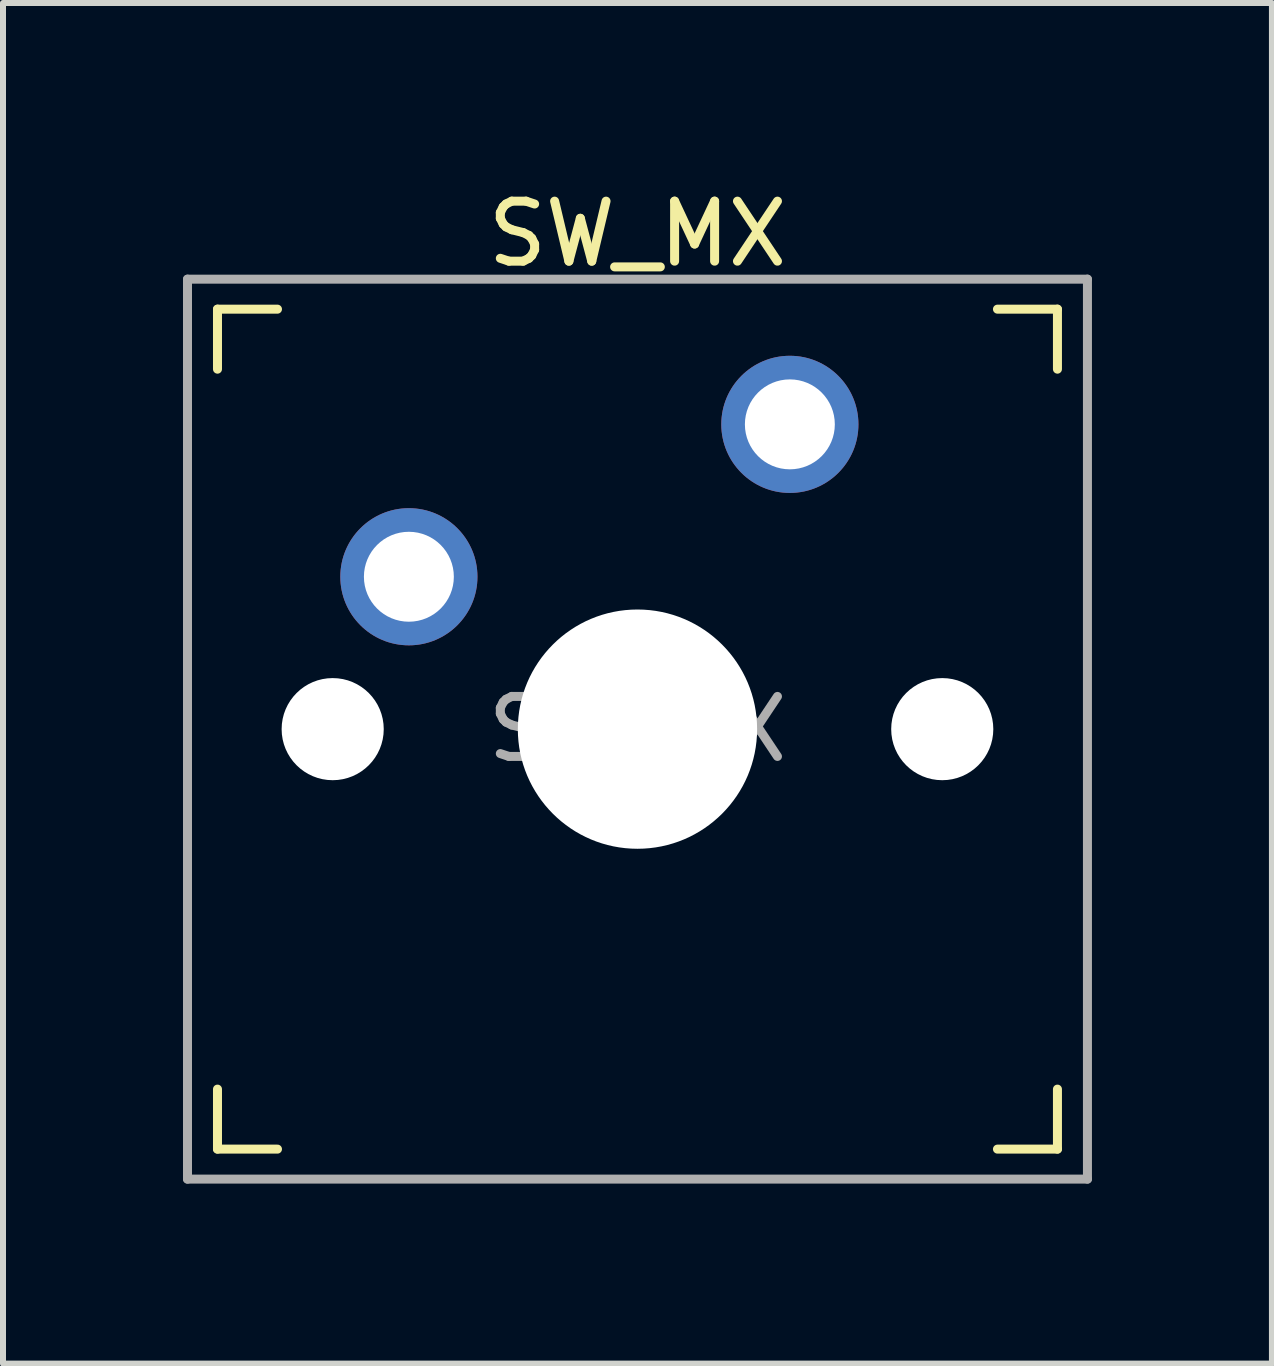
<source format=kicad_pcb>
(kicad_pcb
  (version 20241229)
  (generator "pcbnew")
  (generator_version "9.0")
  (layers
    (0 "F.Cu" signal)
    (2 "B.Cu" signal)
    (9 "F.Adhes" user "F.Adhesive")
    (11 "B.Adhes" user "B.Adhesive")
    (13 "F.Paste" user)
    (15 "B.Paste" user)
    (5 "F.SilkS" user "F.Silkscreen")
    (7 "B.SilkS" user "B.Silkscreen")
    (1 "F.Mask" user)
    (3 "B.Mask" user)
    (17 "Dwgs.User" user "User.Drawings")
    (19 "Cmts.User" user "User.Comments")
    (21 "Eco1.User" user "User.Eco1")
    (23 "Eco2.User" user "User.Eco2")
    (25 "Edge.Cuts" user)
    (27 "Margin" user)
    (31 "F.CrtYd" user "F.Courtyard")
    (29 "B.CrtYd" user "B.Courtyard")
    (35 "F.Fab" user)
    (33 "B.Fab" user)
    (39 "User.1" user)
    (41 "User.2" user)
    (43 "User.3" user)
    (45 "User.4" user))
  (footprint "SW_MX"
    (layer "F.Cu")
    (at 7.575 9.103)
    (property "Reference" "SW_MX" (at 0 -8.255 0) (layer "F.SilkS") (effects (font (size 1 1) (thickness 0.15))))
    (attr through_hole)
    (fp_line (start -7 -6) (end -7 -7) (stroke (width 0.15) (type solid)) (layer "F.SilkS"))
    (fp_line (start -7 7) (end -7 6) (stroke (width 0.15) (type solid)) (layer "F.SilkS"))
    (fp_line (start -7 7) (end -6 7) (stroke (width 0.15) (type solid)) (layer "F.SilkS"))
    (fp_line (start -6 -7) (end -7 -7) (stroke (width 0.15) (type solid)) (layer "F.SilkS"))
    (fp_line (start 6 7) (end 7 7) (stroke (width 0.15) (type solid)) (layer "F.SilkS"))
    (fp_line (start 7 -7) (end 6 -7) (stroke (width 0.15) (type solid)) (layer "F.SilkS"))
    (fp_line (start 7 -7) (end 7 -6) (stroke (width 0.15) (type solid)) (layer "F.SilkS"))
    (fp_line (start 7 6) (end 7 7) (stroke (width 0.15) (type solid)) (layer "F.SilkS"))
    (fp_line (start -6.9 6.9) (end -6.9 -6.9) (stroke (width 0.15) (type solid)) (layer "Eco2.User"))
    (fp_line (start -6.9 6.9) (end 6.9 6.9) (stroke (width 0.15) (type solid)) (layer "Eco2.User"))
    (fp_line (start 6.9 -6.9) (end -6.9 -6.9) (stroke (width 0.15) (type solid)) (layer "Eco2.User"))
    (fp_line (start 6.9 -6.9) (end 6.9 6.9) (stroke (width 0.15) (type solid)) (layer "Eco2.User"))
    (fp_line (start -7.5 -7.5) (end 7.5 -7.5) (stroke (width 0.15) (type solid)) (layer "F.Fab"))
    (fp_line (start -7.5 7.5) (end -7.5 -7.5) (stroke (width 0.15) (type solid)) (layer "F.Fab"))
    (fp_line (start 7.5 -7.5) (end 7.5 7.5) (stroke (width 0.15) (type solid)) (layer "F.Fab"))
    (fp_line (start 7.5 7.5) (end -7.5 7.5) (stroke (width 0.15) (type solid)) (layer "F.Fab"))
    (fp_circle (center -5.08 0) (end -4.826 0) (stroke (width 0.12) (type solid)) (fill no) (layer "User.1"))
    (fp_circle (center 0 0) (end 0.254 0) (stroke (width 0.12) (type solid)) (fill no) (layer "User.1"))
    (fp_circle (center 5.08 0) (end 5.334 0) (stroke (width 0.12) (type solid)) (fill no) (layer "User.1"))
    (fp_text user "${REFERENCE}" (at 0 0 0) (layer "F.Fab") (effects (font (size 1 1) (thickness 0.15))))
    (pad "" np_thru_hole circle (at -5.08 0) (size 1.702 1.702) (drill 1.702) (layers "*.Cu" "*.Mask"))
    (pad "" np_thru_hole circle (at 0 0) (size 3.988 3.988) (drill 3.988) (layers "*.Cu" "*.Mask"))
    (pad "" np_thru_hole circle (at 5.08 0) (size 1.702 1.702) (drill 1.702) (layers "*.Cu" "*.Mask"))
    (pad "1" thru_hole circle (at 2.54 -5.08) (size 2.286 2.286) (drill 1.499) (layers "*.Cu" "*.Mask"))
    (pad "2" thru_hole circle (at -3.81 -2.54) (size 2.286 2.286) (drill 1.499) (layers "*.Cu" "*.Mask")))
  (gr_rect
    (start -3 -3)
    (end 18.15 19.678)
    (stroke (width 0.1) (type default))
    (fill no)
    (layer "Edge.Cuts")))
</source>
